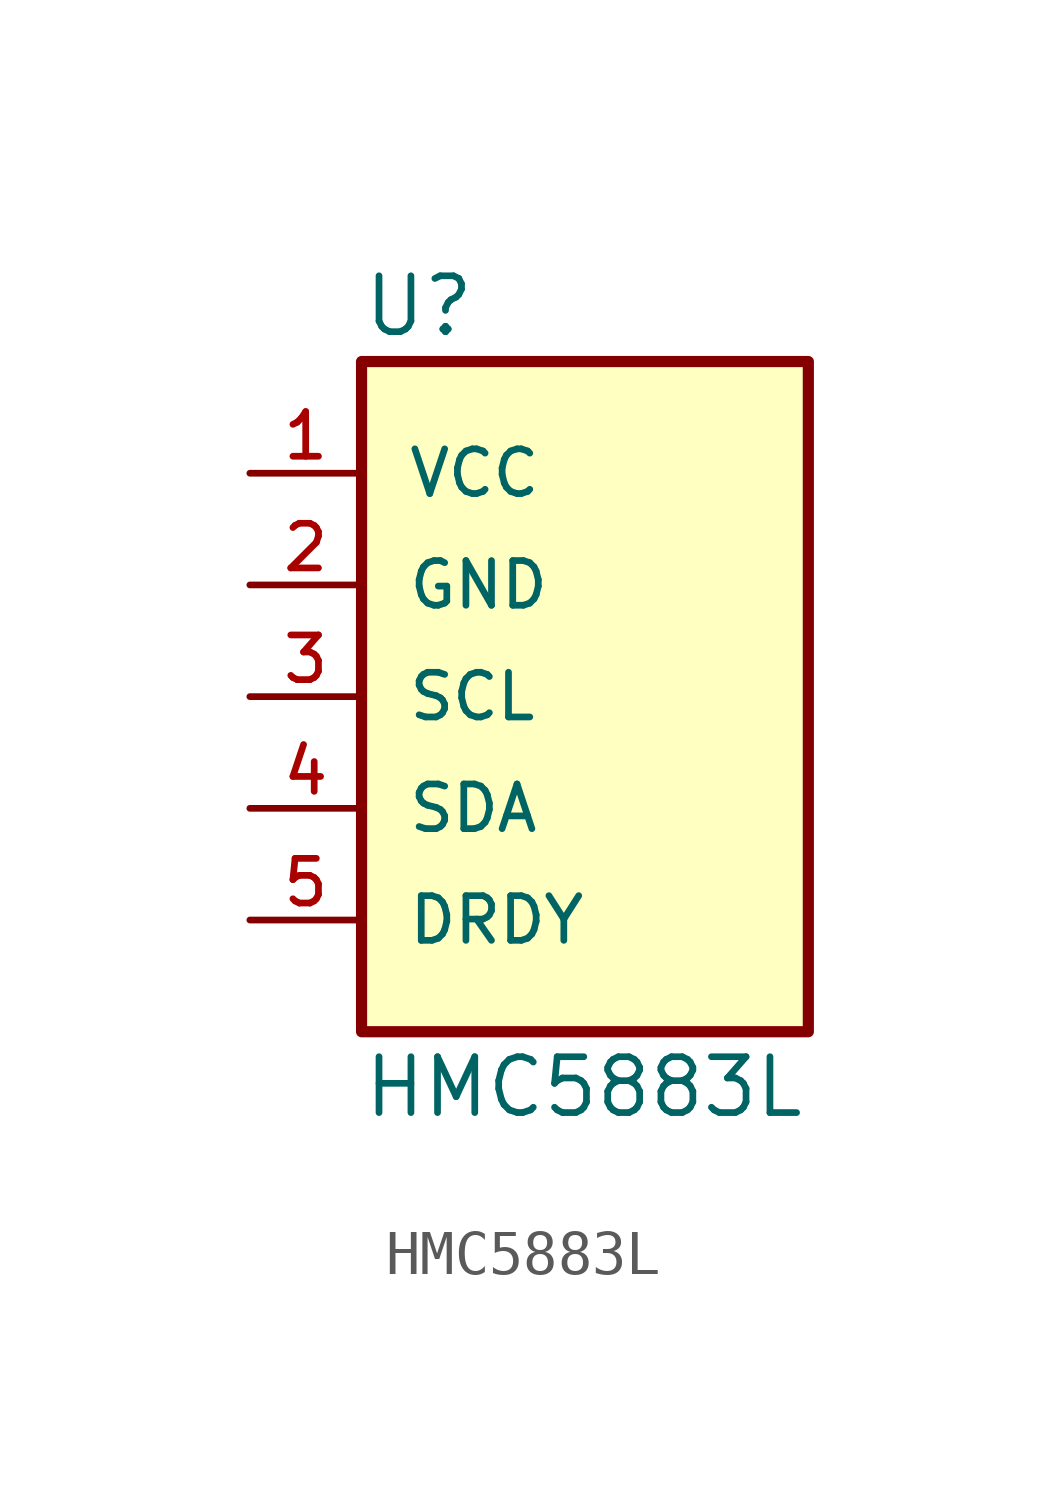
<source format=kicad_sym>
(kicad_symbol_lib
  (version 20211014)
  (generator kicad_symbol_editor)
  (symbol "HMC5883L"
    (pin_names
      (offset 1.016))
    (property "Reference" "U"
      (at -5.085 8.136 0)
      (effects (font (size 1.27 1.27)) (justify bottom left)))
    (property "Value" "HMC5883L"
      (at -5.085 -8.136 0)
      (effects (font (size 1.27 1.27)) (justify top left)))
    (symbol "HMC5883L_0_0"
      (rectangle (start -5.08 -7.62) (end 5.08 7.62) (stroke (width 0.254)) (fill (type background)))
      (pin power_in line (at -7.62 5.08 0) (length 2.54) (name "VCC" (effects (font (size 1.016 1.016)))) (number "1" (effects (font (size 1.016 1.016)))))
      (pin power_in line (at -7.62 2.54 0) (length 2.54) (name "GND" (effects (font (size 1.016 1.016)))) (number "2" (effects (font (size 1.016 1.016)))))
      (pin input line (at -7.62 0.0 0) (length 2.54) (name "SCL" (effects (font (size 1.016 1.016)))) (number "3" (effects (font (size 1.016 1.016)))))
      (pin bidirectional line (at -7.62 -2.54 0) (length 2.54) (name "SDA" (effects (font (size 1.016 1.016)))) (number "4" (effects (font (size 1.016 1.016)))))
      (pin bidirectional line (at -7.62 -5.08 0) (length 2.54) (name "DRDY" (effects (font (size 1.016 1.016)))) (number "5" (effects (font (size 1.016 1.016))))))))
</source>
